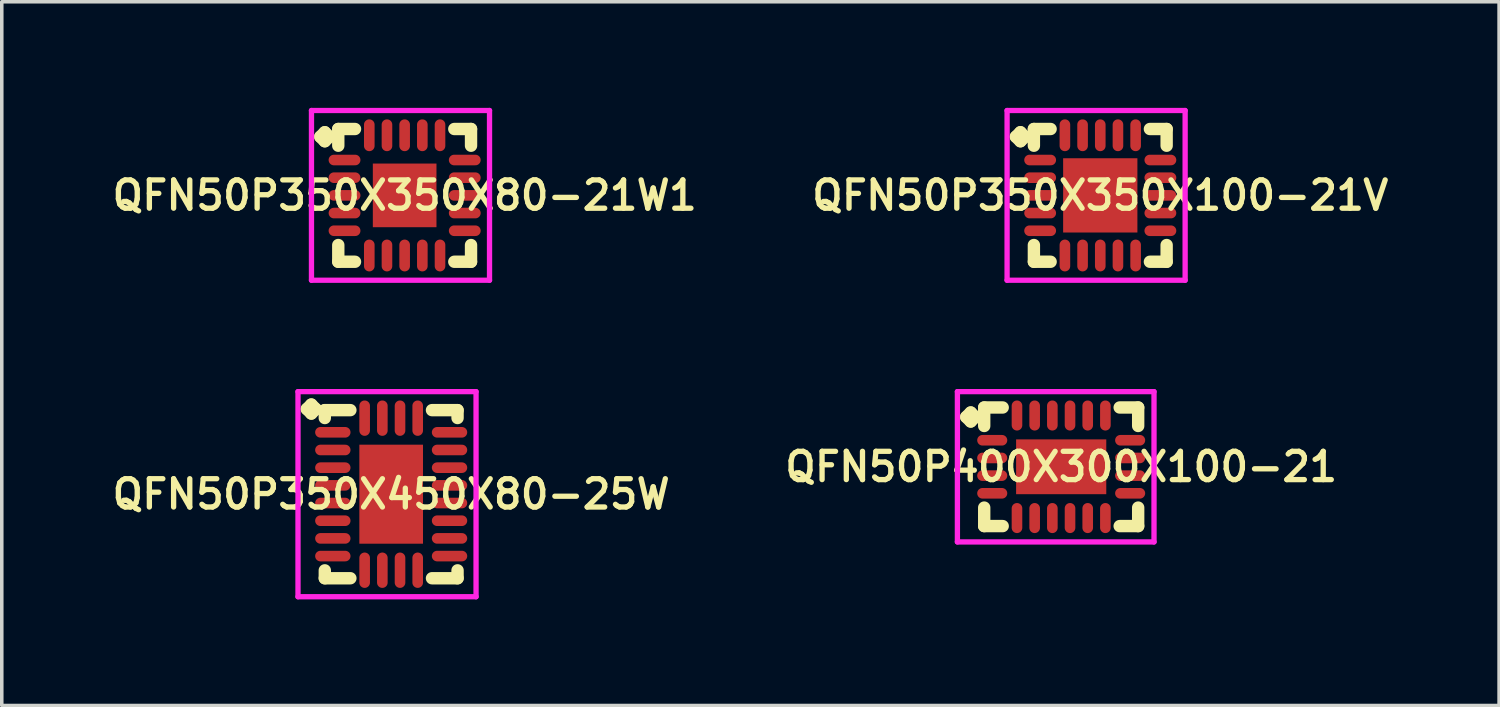
<source format=kicad_pcb>
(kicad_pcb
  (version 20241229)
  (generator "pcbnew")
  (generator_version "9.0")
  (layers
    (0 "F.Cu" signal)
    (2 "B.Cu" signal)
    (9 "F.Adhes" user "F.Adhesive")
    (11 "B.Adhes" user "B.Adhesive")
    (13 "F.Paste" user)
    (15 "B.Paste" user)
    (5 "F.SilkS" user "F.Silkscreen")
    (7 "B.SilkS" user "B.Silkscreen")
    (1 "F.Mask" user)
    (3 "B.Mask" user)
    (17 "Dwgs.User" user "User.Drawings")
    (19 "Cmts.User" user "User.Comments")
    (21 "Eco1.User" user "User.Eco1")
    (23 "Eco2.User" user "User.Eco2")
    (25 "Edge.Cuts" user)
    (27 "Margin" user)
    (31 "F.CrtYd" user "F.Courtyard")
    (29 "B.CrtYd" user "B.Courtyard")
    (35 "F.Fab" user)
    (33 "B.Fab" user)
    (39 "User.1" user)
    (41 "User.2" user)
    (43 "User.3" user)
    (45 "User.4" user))
  (footprint "QFN50P400X300X100-21"
    (layer "F.Cu")
    (at 26.959 10.15)
    (property "Reference" "QFN50P400X300X100-21" (at 0 0 0) (layer "F.SilkS") (effects (font (size 0.8 0.8) (thickness 0.15))))
    (attr through_hole)
    (fp_line (start -2.685 -1.408) (end -2.558 -1.535) (stroke (width 0.35) (type solid)) (layer "F.SilkS"))
    (fp_line (start -2.558 -1.535) (end -2.431 -1.408) (stroke (width 0.35) (type solid)) (layer "F.SilkS"))
    (fp_line (start -2.558 -1.281) (end -2.685 -1.408) (stroke (width 0.35) (type solid)) (layer "F.SilkS"))
    (fp_line (start -2.431 -1.408) (end -2.558 -1.281) (stroke (width 0.35) (type solid)) (layer "F.SilkS"))
    (fp_line (start -2.177 -1.677) (end -1.654 -1.677) (stroke (width 0.35) (type solid)) (layer "F.SilkS"))
    (fp_line (start -2.177 -1.154) (end -2.177 -1.677) (stroke (width 0.35) (type solid)) (layer "F.SilkS"))
    (fp_line (start -2.177 1.154) (end -2.177 1.677) (stroke (width 0.35) (type solid)) (layer "F.SilkS"))
    (fp_line (start -2.177 1.677) (end -1.654 1.677) (stroke (width 0.35) (type solid)) (layer "F.SilkS"))
    (fp_line (start 1.654 -1.677) (end 2.177 -1.677) (stroke (width 0.35) (type solid)) (layer "F.SilkS"))
    (fp_line (start 1.654 1.677) (end 2.177 1.677) (stroke (width 0.35) (type solid)) (layer "F.SilkS"))
    (fp_line (start 2.177 -1.677) (end 2.177 -1.154) (stroke (width 0.35) (type solid)) (layer "F.SilkS"))
    (fp_line (start 2.177 1.677) (end 2.177 1.154) (stroke (width 0.35) (type solid)) (layer "F.SilkS"))
    (fp_line (start -2.935 -2.125) (end 2.625 -2.125) (stroke (width 0.15) (type solid)) (layer "F.CrtYd"))
    (fp_line (start -2.935 2.125) (end -2.935 -2.125) (stroke (width 0.15) (type solid)) (layer "F.CrtYd"))
    (fp_line (start 2.625 -2.125) (end 2.625 2.125) (stroke (width 0.15) (type solid)) (layer "F.CrtYd"))
    (fp_line (start 2.625 2.125) (end -2.935 2.125) (stroke (width 0.15) (type solid)) (layer "F.CrtYd"))
    (pad "1" smd oval (at -1.95 -0.75) (size 0.85 0.3) (layers "F.Cu" "F.Mask" "F.Paste"))
    (pad "2" smd oval (at -1.95 -0.25) (size 0.85 0.3) (layers "F.Cu" "F.Mask" "F.Paste"))
    (pad "3" smd oval (at -1.95 0.25) (size 0.85 0.3) (layers "F.Cu" "F.Mask" "F.Paste"))
    (pad "4" smd oval (at -1.95 0.75) (size 0.85 0.3) (layers "F.Cu" "F.Mask" "F.Paste"))
    (pad "5" smd oval (at -1.25 1.45) (size 0.3 0.85) (layers "F.Cu" "F.Mask" "F.Paste"))
    (pad "6" smd oval (at -0.75 1.45) (size 0.3 0.85) (layers "F.Cu" "F.Mask" "F.Paste"))
    (pad "7" smd oval (at -0.25 1.45) (size 0.3 0.85) (layers "F.Cu" "F.Mask" "F.Paste"))
    (pad "8" smd oval (at 0.25 1.45) (size 0.3 0.85) (layers "F.Cu" "F.Mask" "F.Paste"))
    (pad "9" smd oval (at 0.75 1.45) (size 0.3 0.85) (layers "F.Cu" "F.Mask" "F.Paste"))
    (pad "10" smd oval (at 1.25 1.45) (size 0.3 0.85) (layers "F.Cu" "F.Mask" "F.Paste"))
    (pad "11" smd oval (at 1.95 0.75) (size 0.85 0.3) (layers "F.Cu" "F.Mask" "F.Paste"))
    (pad "12" smd oval (at 1.95 0.25) (size 0.85 0.3) (layers "F.Cu" "F.Mask" "F.Paste"))
    (pad "13" smd oval (at 1.95 -0.25) (size 0.85 0.3) (layers "F.Cu" "F.Mask" "F.Paste"))
    (pad "14" smd oval (at 1.95 -0.75) (size 0.85 0.3) (layers "F.Cu" "F.Mask" "F.Paste"))
    (pad "15" smd oval (at 1.25 -1.45) (size 0.3 0.85) (layers "F.Cu" "F.Mask" "F.Paste"))
    (pad "16" smd oval (at 0.75 -1.45) (size 0.3 0.85) (layers "F.Cu" "F.Mask" "F.Paste"))
    (pad "17" smd oval (at 0.25 -1.45) (size 0.3 0.85) (layers "F.Cu" "F.Mask" "F.Paste"))
    (pad "18" smd oval (at -0.25 -1.45) (size 0.3 0.85) (layers "F.Cu" "F.Mask" "F.Paste"))
    (pad "19" smd oval (at -0.75 -1.45) (size 0.3 0.85) (layers "F.Cu" "F.Mask" "F.Paste"))
    (pad "20" smd oval (at -1.25 -1.45) (size 0.3 0.85) (layers "F.Cu" "F.Mask" "F.Paste"))
    (pad "21" smd rect (at 0 0) (size 2.55 1.55) (layers "F.Cu" "F.Mask" "F.Paste")))
  (footprint "QFN50P350X450X80-25W"
    (layer "F.Cu")
    (at 8.012 10.925)
    (property "Reference" "QFN50P350X450X80-25W" (at 0 0 0) (layer "F.SilkS") (effects (font (size 0.8 0.8) (thickness 0.15))))
    (attr smd)
    (fp_line (start -2.385 -2.408) (end -2.258 -2.535) (stroke (width 0.35) (type solid)) (layer "F.SilkS"))
    (fp_line (start -2.258 -2.535) (end -2.131 -2.408) (stroke (width 0.35) (type solid)) (layer "F.SilkS"))
    (fp_line (start -2.258 -2.281) (end -2.385 -2.408) (stroke (width 0.35) (type solid)) (layer "F.SilkS"))
    (fp_line (start -2.131 -2.408) (end -2.258 -2.281) (stroke (width 0.35) (type solid)) (layer "F.SilkS"))
    (fp_line (start -1.877 -2.377) (end -1.154 -2.377) (stroke (width 0.35) (type solid)) (layer "F.SilkS"))
    (fp_line (start -1.877 -2.154) (end -1.877 -2.377) (stroke (width 0.35) (type solid)) (layer "F.SilkS"))
    (fp_line (start -1.877 2.154) (end -1.877 2.377) (stroke (width 0.35) (type solid)) (layer "F.SilkS"))
    (fp_line (start -1.877 2.377) (end -1.154 2.377) (stroke (width 0.35) (type solid)) (layer "F.SilkS"))
    (fp_line (start 1.154 -2.377) (end 1.877 -2.377) (stroke (width 0.35) (type solid)) (layer "F.SilkS"))
    (fp_line (start 1.154 2.377) (end 1.877 2.377) (stroke (width 0.35) (type solid)) (layer "F.SilkS"))
    (fp_line (start 1.877 -2.377) (end 1.877 -2.154) (stroke (width 0.35) (type solid)) (layer "F.SilkS"))
    (fp_line (start 1.877 2.377) (end 1.877 2.154) (stroke (width 0.35) (type solid)) (layer "F.SilkS"))
    (fp_line (start -2.635 -2.9) (end 2.4 -2.9) (stroke (width 0.15) (type solid)) (layer "F.CrtYd"))
    (fp_line (start -2.635 2.9) (end -2.635 -2.9) (stroke (width 0.15) (type solid)) (layer "F.CrtYd"))
    (fp_line (start 2.4 -2.9) (end 2.4 2.9) (stroke (width 0.15) (type solid)) (layer "F.CrtYd"))
    (fp_line (start 2.4 2.9) (end -2.635 2.9) (stroke (width 0.15) (type solid)) (layer "F.CrtYd"))
    (pad "1" smd oval (at -1.65 -1.75) (size 1 0.3) (layers "F.Cu" "F.Mask" "F.Paste"))
    (pad "2" smd oval (at -1.65 -1.25) (size 1 0.3) (layers "F.Cu" "F.Mask" "F.Paste"))
    (pad "3" smd oval (at -1.65 -0.75) (size 1 0.3) (layers "F.Cu" "F.Mask" "F.Paste"))
    (pad "4" smd oval (at -1.65 -0.25) (size 1 0.3) (layers "F.Cu" "F.Mask" "F.Paste"))
    (pad "5" smd oval (at -1.65 0.25) (size 1 0.3) (layers "F.Cu" "F.Mask" "F.Paste"))
    (pad "6" smd oval (at -1.65 0.75) (size 1 0.3) (layers "F.Cu" "F.Mask" "F.Paste"))
    (pad "7" smd oval (at -1.65 1.25) (size 1 0.3) (layers "F.Cu" "F.Mask" "F.Paste"))
    (pad "8" smd oval (at -1.65 1.75) (size 1 0.3) (layers "F.Cu" "F.Mask" "F.Paste"))
    (pad "9" smd oval (at -0.75 2.15) (size 0.3 1) (layers "F.Cu" "F.Mask" "F.Paste"))
    (pad "10" smd oval (at -0.25 2.15) (size 0.3 1) (layers "F.Cu" "F.Mask" "F.Paste"))
    (pad "11" smd oval (at 0.25 2.15) (size 0.3 1) (layers "F.Cu" "F.Mask" "F.Paste"))
    (pad "12" smd oval (at 0.75 2.15) (size 0.3 1) (layers "F.Cu" "F.Mask" "F.Paste"))
    (pad "13" smd oval (at 1.65 1.75) (size 1 0.3) (layers "F.Cu" "F.Mask" "F.Paste"))
    (pad "14" smd oval (at 1.65 1.25) (size 1 0.3) (layers "F.Cu" "F.Mask" "F.Paste"))
    (pad "15" smd oval (at 1.65 0.75) (size 1 0.3) (layers "F.Cu" "F.Mask" "F.Paste"))
    (pad "16" smd oval (at 1.65 0.25) (size 1 0.3) (layers "F.Cu" "F.Mask" "F.Paste"))
    (pad "17" smd oval (at 1.65 -0.25) (size 1 0.3) (layers "F.Cu" "F.Mask" "F.Paste"))
    (pad "18" smd oval (at 1.65 -0.75) (size 1 0.3) (layers "F.Cu" "F.Mask" "F.Paste"))
    (pad "19" smd oval (at 1.65 -1.25) (size 1 0.3) (layers "F.Cu" "F.Mask" "F.Paste"))
    (pad "20" smd oval (at 1.65 -1.75) (size 1 0.3) (layers "F.Cu" "F.Mask" "F.Paste"))
    (pad "21" smd oval (at 0.75 -2.15) (size 0.3 1) (layers "F.Cu" "F.Mask" "F.Paste"))
    (pad "22" smd oval (at 0.25 -2.15) (size 0.3 1) (layers "F.Cu" "F.Mask" "F.Paste"))
    (pad "23" smd oval (at -0.25 -2.15) (size 0.3 1) (layers "F.Cu" "F.Mask" "F.Paste"))
    (pad "24" smd oval (at -0.75 -2.15) (size 0.3 1) (layers "F.Cu" "F.Mask" "F.Paste"))
    (pad "25" smd rect (at 0 0) (size 1.8 2.8) (layers "F.Cu" "F.Mask" "F.Paste")))
  (footprint "QFN50P350X350X100-21V"
    (layer "F.Cu")
    (at 28.064 2.475)
    (property "Reference" "QFN50P350X350X100-21V" (at 0 0 0) (layer "F.SilkS") (effects (font (size 0.8 0.8) (thickness 0.15))))
    (attr smd)
    (fp_line (start -2.385 -1.658) (end -2.258 -1.785) (stroke (width 0.35) (type solid)) (layer "F.SilkS"))
    (fp_line (start -2.258 -1.785) (end -2.131 -1.658) (stroke (width 0.35) (type solid)) (layer "F.SilkS"))
    (fp_line (start -2.258 -1.531) (end -2.385 -1.658) (stroke (width 0.35) (type solid)) (layer "F.SilkS"))
    (fp_line (start -2.131 -1.658) (end -2.258 -1.531) (stroke (width 0.35) (type solid)) (layer "F.SilkS"))
    (fp_line (start -1.877 -1.877) (end -1.404 -1.877) (stroke (width 0.35) (type solid)) (layer "F.SilkS"))
    (fp_line (start -1.877 -1.404) (end -1.877 -1.877) (stroke (width 0.35) (type solid)) (layer "F.SilkS"))
    (fp_line (start -1.877 1.404) (end -1.877 1.877) (stroke (width 0.35) (type solid)) (layer "F.SilkS"))
    (fp_line (start -1.877 1.877) (end -1.404 1.877) (stroke (width 0.35) (type solid)) (layer "F.SilkS"))
    (fp_line (start 1.404 -1.877) (end 1.877 -1.877) (stroke (width 0.35) (type solid)) (layer "F.SilkS"))
    (fp_line (start 1.404 1.877) (end 1.877 1.877) (stroke (width 0.35) (type solid)) (layer "F.SilkS"))
    (fp_line (start 1.877 -1.877) (end 1.877 -1.404) (stroke (width 0.35) (type solid)) (layer "F.SilkS"))
    (fp_line (start 1.877 1.877) (end 1.877 1.404) (stroke (width 0.35) (type solid)) (layer "F.SilkS"))
    (fp_line (start -2.635 -2.4) (end 2.4 -2.4) (stroke (width 0.15) (type solid)) (layer "F.CrtYd"))
    (fp_line (start -2.635 2.4) (end -2.635 -2.4) (stroke (width 0.15) (type solid)) (layer "F.CrtYd"))
    (fp_line (start 2.4 -2.4) (end 2.4 2.4) (stroke (width 0.15) (type solid)) (layer "F.CrtYd"))
    (fp_line (start 2.4 2.4) (end -2.635 2.4) (stroke (width 0.15) (type solid)) (layer "F.CrtYd"))
    (pad "1" smd oval (at -1.7 -1) (size 0.9 0.3) (layers "F.Cu" "F.Mask" "F.Paste"))
    (pad "2" smd oval (at -1.7 -0.5) (size 0.9 0.3) (layers "F.Cu" "F.Mask" "F.Paste"))
    (pad "3" smd oval (at -1.7 0) (size 0.9 0.3) (layers "F.Cu" "F.Mask" "F.Paste"))
    (pad "4" smd oval (at -1.7 0.5) (size 0.9 0.3) (layers "F.Cu" "F.Mask" "F.Paste"))
    (pad "5" smd oval (at -1.7 1) (size 0.9 0.3) (layers "F.Cu" "F.Mask" "F.Paste"))
    (pad "6" smd oval (at -1 1.7) (size 0.3 0.9) (layers "F.Cu" "F.Mask" "F.Paste"))
    (pad "7" smd oval (at -0.5 1.7) (size 0.3 0.9) (layers "F.Cu" "F.Mask" "F.Paste"))
    (pad "8" smd oval (at 0 1.7) (size 0.3 0.9) (layers "F.Cu" "F.Mask" "F.Paste"))
    (pad "9" smd oval (at 0.5 1.7) (size 0.3 0.9) (layers "F.Cu" "F.Mask" "F.Paste"))
    (pad "10" smd oval (at 1 1.7) (size 0.3 0.9) (layers "F.Cu" "F.Mask" "F.Paste"))
    (pad "11" smd oval (at 1.7 1) (size 0.9 0.3) (layers "F.Cu" "F.Mask" "F.Paste"))
    (pad "12" smd oval (at 1.7 0.5) (size 0.9 0.3) (layers "F.Cu" "F.Mask" "F.Paste"))
    (pad "13" smd oval (at 1.7 0) (size 0.9 0.3) (layers "F.Cu" "F.Mask" "F.Paste"))
    (pad "14" smd oval (at 1.7 -0.5) (size 0.9 0.3) (layers "F.Cu" "F.Mask" "F.Paste"))
    (pad "15" smd oval (at 1.7 -1) (size 0.9 0.3) (layers "F.Cu" "F.Mask" "F.Paste"))
    (pad "16" smd oval (at 1 -1.7) (size 0.3 0.9) (layers "F.Cu" "F.Mask" "F.Paste"))
    (pad "17" smd oval (at 0.5 -1.7) (size 0.3 0.9) (layers "F.Cu" "F.Mask" "F.Paste"))
    (pad "18" smd oval (at 0 -1.7) (size 0.3 0.9) (layers "F.Cu" "F.Mask" "F.Paste"))
    (pad "19" smd oval (at -0.5 -1.7) (size 0.3 0.9) (layers "F.Cu" "F.Mask" "F.Paste"))
    (pad "20" smd oval (at -1 -1.7) (size 0.3 0.9) (layers "F.Cu" "F.Mask" "F.Paste"))
    (pad "21" smd rect (at 0 0) (size 2.1 2.1) (layers "F.Cu" "F.Mask" "F.Paste")))
  (footprint "QFN50P350X350X80-21W1"
    (layer "F.Cu")
    (at 8.393 2.475)
    (property "Reference" "QFN50P350X350X80-21W1" (at 0 0 0) (layer "F.SilkS") (effects (font (size 0.8 0.8) (thickness 0.15))))
    (attr smd)
    (fp_line (start -2.385 -1.658) (end -2.258 -1.785) (stroke (width 0.35) (type solid)) (layer "F.SilkS"))
    (fp_line (start -2.258 -1.785) (end -2.131 -1.658) (stroke (width 0.35) (type solid)) (layer "F.SilkS"))
    (fp_line (start -2.258 -1.531) (end -2.385 -1.658) (stroke (width 0.35) (type solid)) (layer "F.SilkS"))
    (fp_line (start -2.131 -1.658) (end -2.258 -1.531) (stroke (width 0.35) (type solid)) (layer "F.SilkS"))
    (fp_line (start -1.877 -1.877) (end -1.404 -1.877) (stroke (width 0.35) (type solid)) (layer "F.SilkS"))
    (fp_line (start -1.877 -1.404) (end -1.877 -1.877) (stroke (width 0.35) (type solid)) (layer "F.SilkS"))
    (fp_line (start -1.877 1.404) (end -1.877 1.877) (stroke (width 0.35) (type solid)) (layer "F.SilkS"))
    (fp_line (start -1.877 1.877) (end -1.404 1.877) (stroke (width 0.35) (type solid)) (layer "F.SilkS"))
    (fp_line (start 1.404 -1.877) (end 1.877 -1.877) (stroke (width 0.35) (type solid)) (layer "F.SilkS"))
    (fp_line (start 1.404 1.877) (end 1.877 1.877) (stroke (width 0.35) (type solid)) (layer "F.SilkS"))
    (fp_line (start 1.877 -1.877) (end 1.877 -1.404) (stroke (width 0.35) (type solid)) (layer "F.SilkS"))
    (fp_line (start 1.877 1.877) (end 1.877 1.404) (stroke (width 0.35) (type solid)) (layer "F.SilkS"))
    (fp_line (start -2.635 -2.4) (end 2.4 -2.4) (stroke (width 0.15) (type solid)) (layer "F.CrtYd"))
    (fp_line (start -2.635 2.4) (end -2.635 -2.4) (stroke (width 0.15) (type solid)) (layer "F.CrtYd"))
    (fp_line (start 2.4 -2.4) (end 2.4 2.4) (stroke (width 0.15) (type solid)) (layer "F.CrtYd"))
    (fp_line (start 2.4 2.4) (end -2.635 2.4) (stroke (width 0.15) (type solid)) (layer "F.CrtYd"))
    (pad "1" smd oval (at -1.7 -1) (size 0.9 0.3) (layers "F.Cu" "F.Mask" "F.Paste"))
    (pad "2" smd oval (at -1.7 -0.5) (size 0.9 0.3) (layers "F.Cu" "F.Mask" "F.Paste"))
    (pad "3" smd oval (at -1.7 0) (size 0.9 0.3) (layers "F.Cu" "F.Mask" "F.Paste"))
    (pad "4" smd oval (at -1.7 0.5) (size 0.9 0.3) (layers "F.Cu" "F.Mask" "F.Paste"))
    (pad "5" smd oval (at -1.7 1) (size 0.9 0.3) (layers "F.Cu" "F.Mask" "F.Paste"))
    (pad "6" smd oval (at -1 1.7) (size 0.3 0.9) (layers "F.Cu" "F.Mask" "F.Paste"))
    (pad "7" smd oval (at -0.5 1.7) (size 0.3 0.9) (layers "F.Cu" "F.Mask" "F.Paste"))
    (pad "8" smd oval (at 0 1.7) (size 0.3 0.9) (layers "F.Cu" "F.Mask" "F.Paste"))
    (pad "9" smd oval (at 0.5 1.7) (size 0.3 0.9) (layers "F.Cu" "F.Mask" "F.Paste"))
    (pad "10" smd oval (at 1 1.7) (size 0.3 0.9) (layers "F.Cu" "F.Mask" "F.Paste"))
    (pad "11" smd oval (at 1.7 1) (size 0.9 0.3) (layers "F.Cu" "F.Mask" "F.Paste"))
    (pad "12" smd oval (at 1.7 0.5) (size 0.9 0.3) (layers "F.Cu" "F.Mask" "F.Paste"))
    (pad "13" smd oval (at 1.7 0) (size 0.9 0.3) (layers "F.Cu" "F.Mask" "F.Paste"))
    (pad "14" smd oval (at 1.7 -0.5) (size 0.9 0.3) (layers "F.Cu" "F.Mask" "F.Paste"))
    (pad "15" smd oval (at 1.7 -1) (size 0.9 0.3) (layers "F.Cu" "F.Mask" "F.Paste"))
    (pad "16" smd oval (at 1 -1.7) (size 0.3 0.9) (layers "F.Cu" "F.Mask" "F.Paste"))
    (pad "17" smd oval (at 0.5 -1.7) (size 0.3 0.9) (layers "F.Cu" "F.Mask" "F.Paste"))
    (pad "18" smd oval (at 0 -1.7) (size 0.3 0.9) (layers "F.Cu" "F.Mask" "F.Paste"))
    (pad "19" smd oval (at -0.5 -1.7) (size 0.3 0.9) (layers "F.Cu" "F.Mask" "F.Paste"))
    (pad "20" smd oval (at -1 -1.7) (size 0.3 0.9) (layers "F.Cu" "F.Mask" "F.Paste"))
    (pad "21" smd rect (at 0 0) (size 1.8 1.8) (layers "F.Cu" "F.Mask" "F.Paste")))
  (gr_rect
    (start -3 -3)
    (end 39.342 16.9)
    (stroke (width 0.1) (type default))
    (fill no)
    (layer "Edge.Cuts")))
</source>
